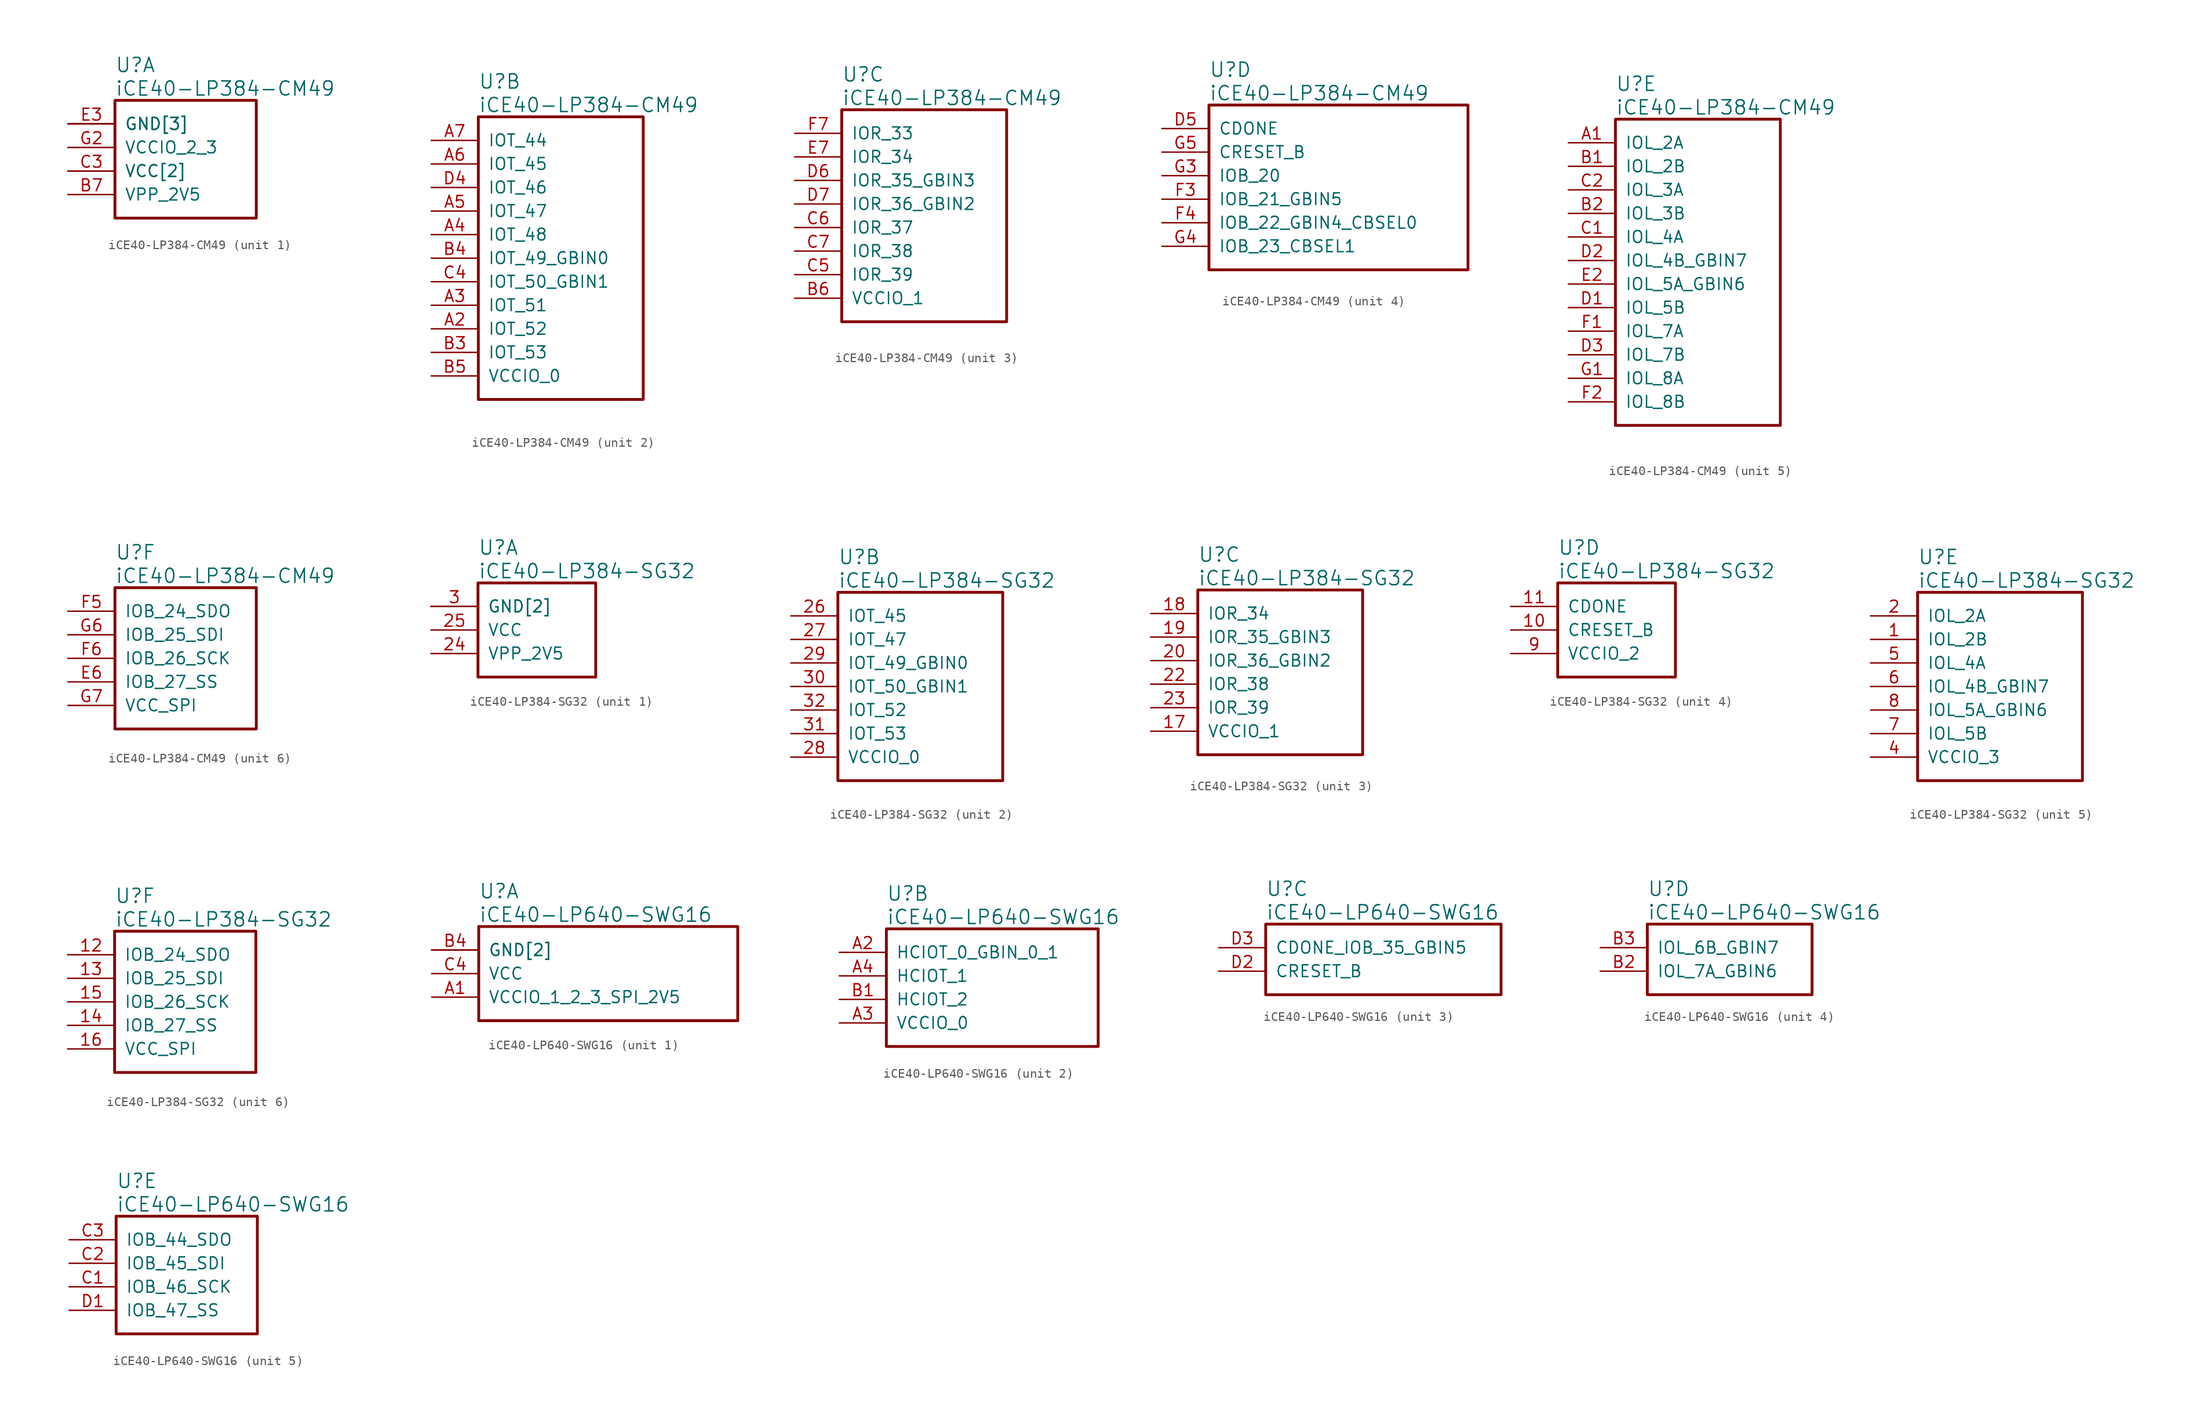
<source format=kicad_sym>
(kicad_symbol_lib
  (version 20241209)
  (generator "kicad_symbol_editor")
  (generator_version "9.0")
  (symbol "iCE40-LP384-CM49"
    (pin_names
      (offset 1.016))
    (property "Reference" "U"
      (at 5.08 6.35 0)
      (effects (font (size 1.524 1.524)) (justify left)))
    (property "Value" "iCE40-LP384-CM49"
      (at 5.08 3.81 0)
      (effects (font (size 1.524 1.524)) (justify left)))
    (property "ki_locked" ""
      (at 0 0 0)
      (effects (font (size 1.27 1.27))))
    (symbol "iCE40-LP384-CM49_1_1"
      (rectangle (start 5.08 2.54) (end 20.32 -10.16) (stroke (width 0.305) (type solid)) (fill (type none)))
      (pin power_in line (at 0 0 0) (length 5.08) (name "GND[3]" (effects (font (size 1.27 1.27)))) (number "E3" (effects (font (size 1.27 1.27)))))
      (pin power_in line (at 0 0 0) (length 5.08) (name "GND[3]" (effects (font (size 1.27 1.27)))) (number "E4" (effects (font (size 0 0)))))
      (pin power_in line (at 0 0 0) (length 5.08) (name "GND[3]" (effects (font (size 1.27 1.27)))) (number "E5" (effects (font (size 0 0)))))
      (pin power_in line (at 0 -2.54 0) (length 5.08) (name "VCCIO_2_3" (effects (font (size 1.27 1.27)))) (number "G2" (effects (font (size 1.27 1.27)))))
      (pin power_in line (at 0 -5.08 0) (length 5.08) (name "VCC[2]" (effects (font (size 1.27 1.27)))) (number "C3" (effects (font (size 1.27 1.27)))))
      (pin power_in line (at 0 -5.08 0) (length 5.08) (name "VCC[2]" (effects (font (size 1.27 1.27)))) (number "E1" (effects (font (size 0 0)))))
      (pin power_in line (at 0 -7.62 0) (length 5.08) (name "VPP_2V5" (effects (font (size 1.27 1.27)))) (number "B7" (effects (font (size 1.27 1.27))))))
    (symbol "iCE40-LP384-CM49_2_1"
      (rectangle (start 5.08 2.54) (end 22.86 -27.94) (stroke (width 0.305) (type solid)) (fill (type none)))
      (pin bidirectional line (at 0 0 0) (length 5.08) (name "IOT_44" (effects (font (size 1.27 1.27)))) (number "A7" (effects (font (size 1.27 1.27)))))
      (pin bidirectional line (at 0 -2.54 0) (length 5.08) (name "IOT_45" (effects (font (size 1.27 1.27)))) (number "A6" (effects (font (size 1.27 1.27)))))
      (pin bidirectional line (at 0 -5.08 0) (length 5.08) (name "IOT_46" (effects (font (size 1.27 1.27)))) (number "D4" (effects (font (size 1.27 1.27)))))
      (pin bidirectional line (at 0 -7.62 0) (length 5.08) (name "IOT_47" (effects (font (size 1.27 1.27)))) (number "A5" (effects (font (size 1.27 1.27)))))
      (pin bidirectional line (at 0 -10.16 0) (length 5.08) (name "IOT_48" (effects (font (size 1.27 1.27)))) (number "A4" (effects (font (size 1.27 1.27)))))
      (pin bidirectional line (at 0 -12.7 0) (length 5.08) (name "IOT_49_GBIN0" (effects (font (size 1.27 1.27)))) (number "B4" (effects (font (size 1.27 1.27)))))
      (pin bidirectional line (at 0 -15.24 0) (length 5.08) (name "IOT_50_GBIN1" (effects (font (size 1.27 1.27)))) (number "C4" (effects (font (size 1.27 1.27)))))
      (pin bidirectional line (at 0 -17.78 0) (length 5.08) (name "IOT_51" (effects (font (size 1.27 1.27)))) (number "A3" (effects (font (size 1.27 1.27)))))
      (pin bidirectional line (at 0 -20.32 0) (length 5.08) (name "IOT_52" (effects (font (size 1.27 1.27)))) (number "A2" (effects (font (size 1.27 1.27)))))
      (pin bidirectional line (at 0 -22.86 0) (length 5.08) (name "IOT_53" (effects (font (size 1.27 1.27)))) (number "B3" (effects (font (size 1.27 1.27)))))
      (pin power_in line (at 0 -25.4 0) (length 5.08) (name "VCCIO_0" (effects (font (size 1.27 1.27)))) (number "B5" (effects (font (size 1.27 1.27))))))
    (symbol "iCE40-LP384-CM49_3_1"
      (rectangle (start 5.08 2.54) (end 22.86 -20.32) (stroke (width 0.305) (type solid)) (fill (type none)))
      (pin bidirectional line (at 0 0 0) (length 5.08) (name "IOR_33" (effects (font (size 1.27 1.27)))) (number "F7" (effects (font (size 1.27 1.27)))))
      (pin bidirectional line (at 0 -2.54 0) (length 5.08) (name "IOR_34" (effects (font (size 1.27 1.27)))) (number "E7" (effects (font (size 1.27 1.27)))))
      (pin bidirectional line (at 0 -5.08 0) (length 5.08) (name "IOR_35_GBIN3" (effects (font (size 1.27 1.27)))) (number "D6" (effects (font (size 1.27 1.27)))))
      (pin bidirectional line (at 0 -7.62 0) (length 5.08) (name "IOR_36_GBIN2" (effects (font (size 1.27 1.27)))) (number "D7" (effects (font (size 1.27 1.27)))))
      (pin bidirectional line (at 0 -10.16 0) (length 5.08) (name "IOR_37" (effects (font (size 1.27 1.27)))) (number "C6" (effects (font (size 1.27 1.27)))))
      (pin bidirectional line (at 0 -12.7 0) (length 5.08) (name "IOR_38" (effects (font (size 1.27 1.27)))) (number "C7" (effects (font (size 1.27 1.27)))))
      (pin bidirectional line (at 0 -15.24 0) (length 5.08) (name "IOR_39" (effects (font (size 1.27 1.27)))) (number "C5" (effects (font (size 1.27 1.27)))))
      (pin power_in line (at 0 -17.78 0) (length 5.08) (name "VCCIO_1" (effects (font (size 1.27 1.27)))) (number "B6" (effects (font (size 1.27 1.27))))))
    (symbol "iCE40-LP384-CM49_4_1"
      (rectangle (start 5.08 2.54) (end 33.02 -15.24) (stroke (width 0.305) (type solid)) (fill (type none)))
      (pin output line (at 0 0 0) (length 5.08) (name "CDONE" (effects (font (size 1.27 1.27)))) (number "D5" (effects (font (size 1.27 1.27)))))
      (pin input line (at 0 -2.54 0) (length 5.08) (name "CRESET_B" (effects (font (size 1.27 1.27)))) (number "G5" (effects (font (size 1.27 1.27)))))
      (pin bidirectional line (at 0 -5.08 0) (length 5.08) (name "IOB_20" (effects (font (size 1.27 1.27)))) (number "G3" (effects (font (size 1.27 1.27)))))
      (pin bidirectional line (at 0 -7.62 0) (length 5.08) (name "IOB_21_GBIN5" (effects (font (size 1.27 1.27)))) (number "F3" (effects (font (size 1.27 1.27)))))
      (pin bidirectional line (at 0 -10.16 0) (length 5.08) (name "IOB_22_GBIN4_CBSEL0" (effects (font (size 1.27 1.27)))) (number "F4" (effects (font (size 1.27 1.27)))))
      (pin bidirectional line (at 0 -12.7 0) (length 5.08) (name "IOB_23_CBSEL1" (effects (font (size 1.27 1.27)))) (number "G4" (effects (font (size 1.27 1.27))))))
    (symbol "iCE40-LP384-CM49_5_1"
      (rectangle (start 5.08 2.54) (end 22.86 -30.48) (stroke (width 0.305) (type solid)) (fill (type none)))
      (pin bidirectional line (at 0 0 0) (length 5.08) (name "IOL_2A" (effects (font (size 1.27 1.27)))) (number "A1" (effects (font (size 1.27 1.27)))))
      (pin bidirectional line (at 0 -2.54 0) (length 5.08) (name "IOL_2B" (effects (font (size 1.27 1.27)))) (number "B1" (effects (font (size 1.27 1.27)))))
      (pin bidirectional line (at 0 -5.08 0) (length 5.08) (name "IOL_3A" (effects (font (size 1.27 1.27)))) (number "C2" (effects (font (size 1.27 1.27)))))
      (pin bidirectional line (at 0 -7.62 0) (length 5.08) (name "IOL_3B" (effects (font (size 1.27 1.27)))) (number "B2" (effects (font (size 1.27 1.27)))))
      (pin bidirectional line (at 0 -10.16 0) (length 5.08) (name "IOL_4A" (effects (font (size 1.27 1.27)))) (number "C1" (effects (font (size 1.27 1.27)))))
      (pin bidirectional line (at 0 -12.7 0) (length 5.08) (name "IOL_4B_GBIN7" (effects (font (size 1.27 1.27)))) (number "D2" (effects (font (size 1.27 1.27)))))
      (pin bidirectional line (at 0 -15.24 0) (length 5.08) (name "IOL_5A_GBIN6" (effects (font (size 1.27 1.27)))) (number "E2" (effects (font (size 1.27 1.27)))))
      (pin bidirectional line (at 0 -17.78 0) (length 5.08) (name "IOL_5B" (effects (font (size 1.27 1.27)))) (number "D1" (effects (font (size 1.27 1.27)))))
      (pin bidirectional line (at 0 -20.32 0) (length 5.08) (name "IOL_7A" (effects (font (size 1.27 1.27)))) (number "F1" (effects (font (size 1.27 1.27)))))
      (pin bidirectional line (at 0 -22.86 0) (length 5.08) (name "IOL_7B" (effects (font (size 1.27 1.27)))) (number "D3" (effects (font (size 1.27 1.27)))))
      (pin bidirectional line (at 0 -25.4 0) (length 5.08) (name "IOL_8A" (effects (font (size 1.27 1.27)))) (number "G1" (effects (font (size 1.27 1.27)))))
      (pin bidirectional line (at 0 -27.94 0) (length 5.08) (name "IOL_8B" (effects (font (size 1.27 1.27)))) (number "F2" (effects (font (size 1.27 1.27))))))
    (symbol "iCE40-LP384-CM49_6_1"
      (rectangle (start 5.08 2.54) (end 20.32 -12.7) (stroke (width 0.305) (type solid)) (fill (type none)))
      (pin bidirectional line (at 0 0 0) (length 5.08) (name "IOB_24_SDO" (effects (font (size 1.27 1.27)))) (number "F5" (effects (font (size 1.27 1.27)))))
      (pin bidirectional line (at 0 -2.54 0) (length 5.08) (name "IOB_25_SDI" (effects (font (size 1.27 1.27)))) (number "G6" (effects (font (size 1.27 1.27)))))
      (pin bidirectional line (at 0 -5.08 0) (length 5.08) (name "IOB_26_SCK" (effects (font (size 1.27 1.27)))) (number "F6" (effects (font (size 1.27 1.27)))))
      (pin bidirectional line (at 0 -7.62 0) (length 5.08) (name "IOB_27_SS" (effects (font (size 1.27 1.27)))) (number "E6" (effects (font (size 1.27 1.27)))))
      (pin power_in line (at 0 -10.16 0) (length 5.08) (name "VCC_SPI" (effects (font (size 1.27 1.27)))) (number "G7" (effects (font (size 1.27 1.27)))))))
  (symbol "iCE40-LP384-SG32"
    (pin_names
      (offset 1.016))
    (property "Reference" "U"
      (at 5.08 6.35 0)
      (effects (font (size 1.524 1.524)) (justify left)))
    (property "Value" "iCE40-LP384-SG32"
      (at 5.08 3.81 0)
      (effects (font (size 1.524 1.524)) (justify left)))
    (property "ki_locked" ""
      (at 0 0 0)
      (effects (font (size 1.27 1.27))))
    (symbol "iCE40-LP384-SG32_1_1"
      (rectangle (start 5.08 2.54) (end 17.78 -7.62) (stroke (width 0.305) (type solid)) (fill (type none)))
      (pin power_in line (at 0 0 0) (length 5.08) (name "GND[2]" (effects (font (size 1.27 1.27)))) (number "21" (effects (font (size 0 0)))))
      (pin power_in line (at 0 0 0) (length 5.08) (name "GND[2]" (effects (font (size 1.27 1.27)))) (number "3" (effects (font (size 1.27 1.27)))))
      (pin power_in line (at 0 -2.54 0) (length 5.08) (name "VCC" (effects (font (size 1.27 1.27)))) (number "25" (effects (font (size 1.27 1.27)))))
      (pin power_in line (at 0 -5.08 0) (length 5.08) (name "VPP_2V5" (effects (font (size 1.27 1.27)))) (number "24" (effects (font (size 1.27 1.27))))))
    (symbol "iCE40-LP384-SG32_2_1"
      (rectangle (start 5.08 2.54) (end 22.86 -17.78) (stroke (width 0.305) (type solid)) (fill (type none)))
      (pin bidirectional line (at 0 0 0) (length 5.08) (name "IOT_45" (effects (font (size 1.27 1.27)))) (number "26" (effects (font (size 1.27 1.27)))))
      (pin bidirectional line (at 0 -2.54 0) (length 5.08) (name "IOT_47" (effects (font (size 1.27 1.27)))) (number "27" (effects (font (size 1.27 1.27)))))
      (pin bidirectional line (at 0 -5.08 0) (length 5.08) (name "IOT_49_GBIN0" (effects (font (size 1.27 1.27)))) (number "29" (effects (font (size 1.27 1.27)))))
      (pin bidirectional line (at 0 -7.62 0) (length 5.08) (name "IOT_50_GBIN1" (effects (font (size 1.27 1.27)))) (number "30" (effects (font (size 1.27 1.27)))))
      (pin bidirectional line (at 0 -10.16 0) (length 5.08) (name "IOT_52" (effects (font (size 1.27 1.27)))) (number "32" (effects (font (size 1.27 1.27)))))
      (pin bidirectional line (at 0 -12.7 0) (length 5.08) (name "IOT_53" (effects (font (size 1.27 1.27)))) (number "31" (effects (font (size 1.27 1.27)))))
      (pin power_in line (at 0 -15.24 0) (length 5.08) (name "VCCIO_0" (effects (font (size 1.27 1.27)))) (number "28" (effects (font (size 1.27 1.27))))))
    (symbol "iCE40-LP384-SG32_3_1"
      (rectangle (start 5.08 2.54) (end 22.86 -15.24) (stroke (width 0.305) (type solid)) (fill (type none)))
      (pin bidirectional line (at 0 0 0) (length 5.08) (name "IOR_34" (effects (font (size 1.27 1.27)))) (number "18" (effects (font (size 1.27 1.27)))))
      (pin bidirectional line (at 0 -2.54 0) (length 5.08) (name "IOR_35_GBIN3" (effects (font (size 1.27 1.27)))) (number "19" (effects (font (size 1.27 1.27)))))
      (pin bidirectional line (at 0 -5.08 0) (length 5.08) (name "IOR_36_GBIN2" (effects (font (size 1.27 1.27)))) (number "20" (effects (font (size 1.27 1.27)))))
      (pin bidirectional line (at 0 -7.62 0) (length 5.08) (name "IOR_38" (effects (font (size 1.27 1.27)))) (number "22" (effects (font (size 1.27 1.27)))))
      (pin bidirectional line (at 0 -10.16 0) (length 5.08) (name "IOR_39" (effects (font (size 1.27 1.27)))) (number "23" (effects (font (size 1.27 1.27)))))
      (pin power_in line (at 0 -12.7 0) (length 5.08) (name "VCCIO_1" (effects (font (size 1.27 1.27)))) (number "17" (effects (font (size 1.27 1.27))))))
    (symbol "iCE40-LP384-SG32_4_1"
      (rectangle (start 5.08 2.54) (end 17.78 -7.62) (stroke (width 0.305) (type solid)) (fill (type none)))
      (pin output line (at 0 0 0) (length 5.08) (name "CDONE" (effects (font (size 1.27 1.27)))) (number "11" (effects (font (size 1.27 1.27)))))
      (pin input line (at 0 -2.54 0) (length 5.08) (name "CRESET_B" (effects (font (size 1.27 1.27)))) (number "10" (effects (font (size 1.27 1.27)))))
      (pin power_in line (at 0 -5.08 0) (length 5.08) (name "VCCIO_2" (effects (font (size 1.27 1.27)))) (number "9" (effects (font (size 1.27 1.27))))))
    (symbol "iCE40-LP384-SG32_5_1"
      (rectangle (start 5.08 2.54) (end 22.86 -17.78) (stroke (width 0.305) (type solid)) (fill (type none)))
      (pin bidirectional line (at 0 0 0) (length 5.08) (name "IOL_2A" (effects (font (size 1.27 1.27)))) (number "2" (effects (font (size 1.27 1.27)))))
      (pin bidirectional line (at 0 -2.54 0) (length 5.08) (name "IOL_2B" (effects (font (size 1.27 1.27)))) (number "1" (effects (font (size 1.27 1.27)))))
      (pin bidirectional line (at 0 -5.08 0) (length 5.08) (name "IOL_4A" (effects (font (size 1.27 1.27)))) (number "5" (effects (font (size 1.27 1.27)))))
      (pin bidirectional line (at 0 -7.62 0) (length 5.08) (name "IOL_4B_GBIN7" (effects (font (size 1.27 1.27)))) (number "6" (effects (font (size 1.27 1.27)))))
      (pin bidirectional line (at 0 -10.16 0) (length 5.08) (name "IOL_5A_GBIN6" (effects (font (size 1.27 1.27)))) (number "8" (effects (font (size 1.27 1.27)))))
      (pin bidirectional line (at 0 -12.7 0) (length 5.08) (name "IOL_5B" (effects (font (size 1.27 1.27)))) (number "7" (effects (font (size 1.27 1.27)))))
      (pin power_in line (at 0 -15.24 0) (length 5.08) (name "VCCIO_3" (effects (font (size 1.27 1.27)))) (number "4" (effects (font (size 1.27 1.27))))))
    (symbol "iCE40-LP384-SG32_6_1"
      (rectangle (start 5.08 2.54) (end 20.32 -12.7) (stroke (width 0.305) (type solid)) (fill (type none)))
      (pin bidirectional line (at 0 0 0) (length 5.08) (name "IOB_24_SDO" (effects (font (size 1.27 1.27)))) (number "12" (effects (font (size 1.27 1.27)))))
      (pin bidirectional line (at 0 -2.54 0) (length 5.08) (name "IOB_25_SDI" (effects (font (size 1.27 1.27)))) (number "13" (effects (font (size 1.27 1.27)))))
      (pin bidirectional line (at 0 -5.08 0) (length 5.08) (name "IOB_26_SCK" (effects (font (size 1.27 1.27)))) (number "15" (effects (font (size 1.27 1.27)))))
      (pin bidirectional line (at 0 -7.62 0) (length 5.08) (name "IOB_27_SS" (effects (font (size 1.27 1.27)))) (number "14" (effects (font (size 1.27 1.27)))))
      (pin power_in line (at 0 -10.16 0) (length 5.08) (name "VCC_SPI" (effects (font (size 1.27 1.27)))) (number "16" (effects (font (size 1.27 1.27)))))))
  (symbol "iCE40-LP640-SWG16"
    (pin_names
      (offset 1.016))
    (property "Reference" "U"
      (at 5.08 6.35 0)
      (effects (font (size 1.524 1.524)) (justify left)))
    (property "Value" "iCE40-LP640-SWG16"
      (at 5.08 3.81 0)
      (effects (font (size 1.524 1.524)) (justify left)))
    (property "ki_locked" ""
      (at 0 0 0)
      (effects (font (size 1.27 1.27))))
    (symbol "iCE40-LP640-SWG16_1_1"
      (rectangle (start 5.08 2.54) (end 33.02 -7.62) (stroke (width 0.305) (type solid)) (fill (type none)))
      (pin power_in line (at 0 0 0) (length 5.08) (name "GND[2]" (effects (font (size 1.27 1.27)))) (number "B4" (effects (font (size 1.27 1.27)))))
      (pin power_in line (at 0 0 0) (length 5.08) (name "GND[2]" (effects (font (size 1.27 1.27)))) (number "D4" (effects (font (size 0 0)))))
      (pin power_in line (at 0 -2.54 0) (length 5.08) (name "VCC" (effects (font (size 1.27 1.27)))) (number "C4" (effects (font (size 1.27 1.27)))))
      (pin power_in line (at 0 -5.08 0) (length 5.08) (name "VCCIO_1_2_3_SPI_2V5" (effects (font (size 1.27 1.27)))) (number "A1" (effects (font (size 1.27 1.27))))))
    (symbol "iCE40-LP640-SWG16_2_1"
      (rectangle (start 5.08 2.54) (end 27.94 -10.16) (stroke (width 0.305) (type solid)) (fill (type none)))
      (pin bidirectional line (at 0 0 0) (length 5.08) (name "HCIOT_0_GBIN_0_1" (effects (font (size 1.27 1.27)))) (number "A2" (effects (font (size 1.27 1.27)))))
      (pin bidirectional line (at 0 -2.54 0) (length 5.08) (name "HCIOT_1" (effects (font (size 1.27 1.27)))) (number "A4" (effects (font (size 1.27 1.27)))))
      (pin bidirectional line (at 0 -5.08 0) (length 5.08) (name "HCIOT_2" (effects (font (size 1.27 1.27)))) (number "B1" (effects (font (size 1.27 1.27)))))
      (pin power_in line (at 0 -7.62 0) (length 5.08) (name "VCCIO_0" (effects (font (size 1.27 1.27)))) (number "A3" (effects (font (size 1.27 1.27))))))
    (symbol "iCE40-LP640-SWG16_3_1"
      (rectangle (start 5.08 2.54) (end 30.48 -5.08) (stroke (width 0.305) (type solid)) (fill (type none)))
      (pin output line (at 0 0 0) (length 5.08) (name "CDONE_IOB_35_GBIN5" (effects (font (size 1.27 1.27)))) (number "D3" (effects (font (size 1.27 1.27)))))
      (pin input line (at 0 -2.54 0) (length 5.08) (name "CRESET_B" (effects (font (size 1.27 1.27)))) (number "D2" (effects (font (size 1.27 1.27))))))
    (symbol "iCE40-LP640-SWG16_4_1"
      (rectangle (start 5.08 2.54) (end 22.86 -5.08) (stroke (width 0.305) (type solid)) (fill (type none)))
      (pin bidirectional line (at 0 0 0) (length 5.08) (name "IOL_6B_GBIN7" (effects (font (size 1.27 1.27)))) (number "B3" (effects (font (size 1.27 1.27)))))
      (pin bidirectional line (at 0 -2.54 0) (length 5.08) (name "IOL_7A_GBIN6" (effects (font (size 1.27 1.27)))) (number "B2" (effects (font (size 1.27 1.27))))))
    (symbol "iCE40-LP640-SWG16_5_1"
      (rectangle (start 5.08 2.54) (end 20.32 -10.16) (stroke (width 0.305) (type solid)) (fill (type none)))
      (pin bidirectional line (at 0 0 0) (length 5.08) (name "IOB_44_SDO" (effects (font (size 1.27 1.27)))) (number "C3" (effects (font (size 1.27 1.27)))))
      (pin bidirectional line (at 0 -2.54 0) (length 5.08) (name "IOB_45_SDI" (effects (font (size 1.27 1.27)))) (number "C2" (effects (font (size 1.27 1.27)))))
      (pin bidirectional line (at 0 -5.08 0) (length 5.08) (name "IOB_46_SCK" (effects (font (size 1.27 1.27)))) (number "C1" (effects (font (size 1.27 1.27)))))
      (pin bidirectional line (at 0 -7.62 0) (length 5.08) (name "IOB_47_SS" (effects (font (size 1.27 1.27)))) (number "D1" (effects (font (size 1.27 1.27))))))))
</source>
